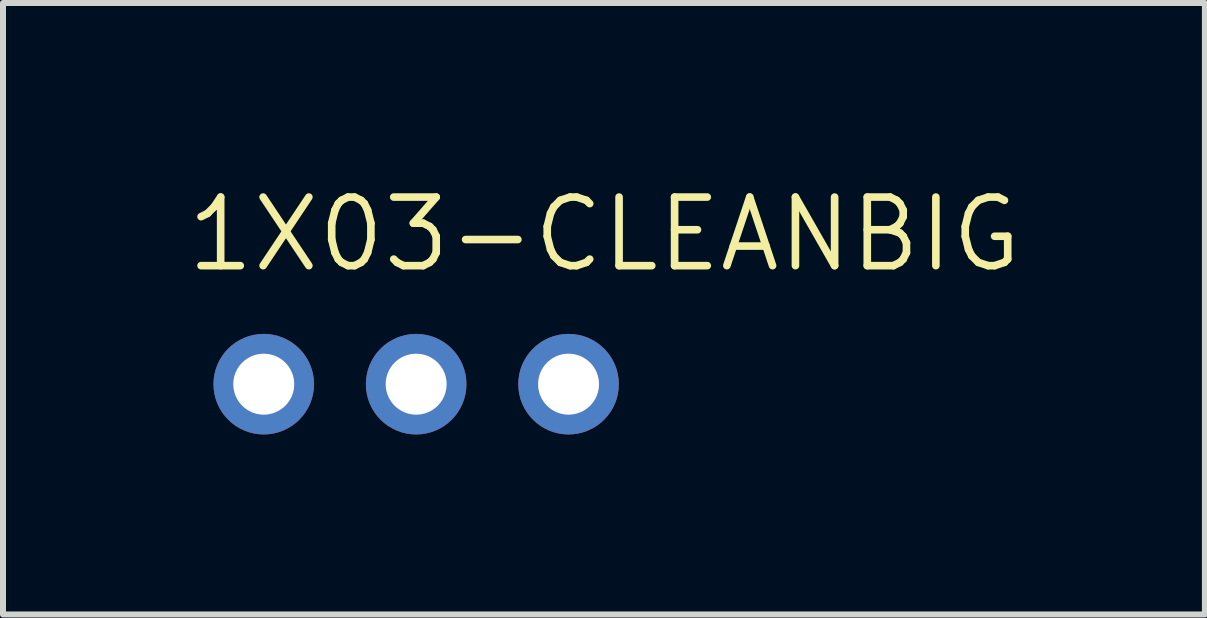
<source format=kicad_pcb>
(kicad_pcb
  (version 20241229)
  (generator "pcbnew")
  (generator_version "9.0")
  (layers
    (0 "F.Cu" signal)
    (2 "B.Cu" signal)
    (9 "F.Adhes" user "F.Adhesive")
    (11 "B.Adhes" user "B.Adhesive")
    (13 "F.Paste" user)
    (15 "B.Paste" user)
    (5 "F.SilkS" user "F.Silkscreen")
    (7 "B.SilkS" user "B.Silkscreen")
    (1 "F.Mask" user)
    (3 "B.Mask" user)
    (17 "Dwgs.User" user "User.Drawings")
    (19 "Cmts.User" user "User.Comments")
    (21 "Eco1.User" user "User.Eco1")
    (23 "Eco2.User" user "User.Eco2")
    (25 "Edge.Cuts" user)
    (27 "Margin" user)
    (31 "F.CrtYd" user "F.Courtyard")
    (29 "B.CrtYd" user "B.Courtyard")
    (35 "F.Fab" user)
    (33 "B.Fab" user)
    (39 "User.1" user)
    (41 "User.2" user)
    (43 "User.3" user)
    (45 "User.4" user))
  (footprint "1X03-CLEANBIG"
    (layer "F.Cu")
    (at 3.886 3.353)
    (property "Reference" "1X03-CLEANBIG" (at -3.886 -1.829 0) (layer "F.SilkS") (effects (font (size 1.143 1.143) (thickness 0.127)) (justify left bottom)))
    (fp_poly (pts (xy -2.794 0.254) (xy -2.286 0.254) (xy -2.286 -0.254) (xy -2.794 -0.254)) (stroke (width 0.1) (type default)) (fill no) (layer "F.Fab"))
    (fp_poly (pts (xy -0.254 0.254) (xy 0.254 0.254) (xy 0.254 -0.254) (xy -0.254 -0.254)) (stroke (width 0.1) (type default)) (fill no) (layer "F.Fab"))
    (fp_poly (pts (xy 2.286 0.254) (xy 2.794 0.254) (xy 2.794 -0.254) (xy 2.286 -0.254)) (stroke (width 0.1) (type default)) (fill no) (layer "F.Fab"))
    (pad "1" thru_hole circle (at -2.54 0 90) (size 1.676 1.676) (drill 1.016) (layers "*.Cu" "*.Mask"))
    (pad "2" thru_hole circle (at 0 0 90) (size 1.676 1.676) (drill 1.016) (layers "*.Cu" "*.Mask"))
    (pad "3" thru_hole circle (at 2.54 0 90) (size 1.676 1.676) (drill 1.016) (layers "*.Cu" "*.Mask")))
  (gr_rect
    (start -3 -3)
    (end 17.032 7.191)
    (stroke (width 0.1) (type default))
    (fill no)
    (layer "Edge.Cuts")))
</source>
